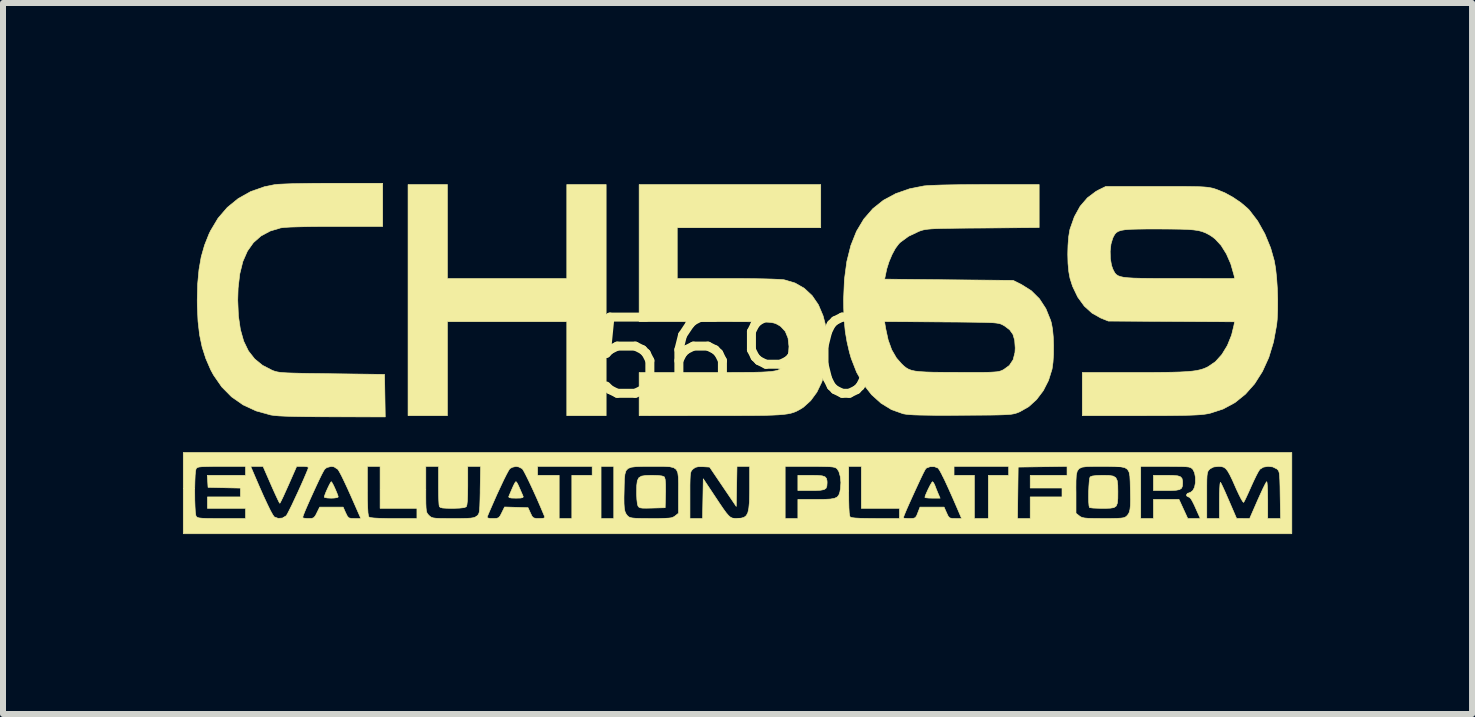
<source format=kicad_pcb>
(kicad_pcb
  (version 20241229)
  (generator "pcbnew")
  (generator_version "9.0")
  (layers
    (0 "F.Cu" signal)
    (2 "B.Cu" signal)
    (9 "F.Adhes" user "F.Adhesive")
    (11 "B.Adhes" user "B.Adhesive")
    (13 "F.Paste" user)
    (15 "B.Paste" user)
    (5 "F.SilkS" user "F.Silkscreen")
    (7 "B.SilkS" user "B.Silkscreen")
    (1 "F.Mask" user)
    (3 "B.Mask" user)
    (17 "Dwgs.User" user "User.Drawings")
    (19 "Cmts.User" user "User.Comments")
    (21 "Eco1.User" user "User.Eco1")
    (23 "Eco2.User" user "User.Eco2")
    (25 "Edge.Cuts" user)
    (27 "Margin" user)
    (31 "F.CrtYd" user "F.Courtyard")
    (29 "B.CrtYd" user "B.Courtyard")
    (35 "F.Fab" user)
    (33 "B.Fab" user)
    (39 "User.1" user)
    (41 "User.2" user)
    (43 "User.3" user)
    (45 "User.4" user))
  (footprint "5690"
    (layer "F.Cu")
    (at 9.234 2.926)
    (property "Reference" "5690" (at 0 0 0) (layer "F.SilkS") (effects (font (size 1.27 1.27) (thickness 0.15))))
    (attr through_hole)
    (fp_poly (pts (xy -4.826 -1.333) (xy -2.836 -1.333) (xy -2.836 -2.9) (xy -2.18 -2.9) (xy -2.18 0.953) (xy -2.836 0.953) (xy -2.836 -0.614) (xy -4.826 -0.614) (xy -4.826 0.953) (xy -5.482 0.953) (xy -5.482 -2.9) (xy -4.826 -2.9) (xy -4.826 -1.333)) (stroke (width 0.01) (type solid)) (fill yes) (layer "F.SilkS"))
    (fp_poly (pts (xy 1.345 1.949) (xy 1.421 1.956) (xy 1.468 1.972) (xy 1.492 1.999) (xy 1.502 2.041) (xy 1.503 2.074) (xy 1.499 2.127) (xy 1.485 2.163) (xy 1.452 2.185) (xy 1.394 2.196) (xy 1.305 2.201) (xy 1.234 2.201) (xy 1.016 2.201) (xy 1.016 1.947) (xy 1.234 1.947) (xy 1.345 1.949)) (stroke (width 0.01) (type solid)) (fill yes) (layer "F.SilkS"))
    (fp_poly (pts (xy 7.272 1.949) (xy 7.348 1.956) (xy 7.394 1.972) (xy 7.419 1.999) (xy 7.428 2.041) (xy 7.429 2.074) (xy 7.426 2.127) (xy 7.411 2.163) (xy 7.378 2.185) (xy 7.321 2.196) (xy 7.231 2.201) (xy 7.161 2.201) (xy 6.943 2.201) (xy 6.943 1.947) (xy 7.161 1.947) (xy 7.272 1.949)) (stroke (width 0.01) (type solid)) (fill yes) (layer "F.SilkS"))
    (fp_poly (pts (xy 3.278 2.071) (xy 3.298 2.111) (xy 3.321 2.171) (xy 3.349 2.239) (xy 3.353 2.249) (xy 3.387 2.328) (xy 3.26 2.328) (xy 3.193 2.326) (xy 3.147 2.321) (xy 3.133 2.315) (xy 3.141 2.285) (xy 3.163 2.233) (xy 3.191 2.172) (xy 3.221 2.113) (xy 3.246 2.07) (xy 3.26 2.053) (xy 3.278 2.071)) (stroke (width 0.01) (type solid)) (fill yes) (layer "F.SilkS"))
    (fp_poly (pts (xy -6.748 2.071) (xy -6.724 2.115) (xy -6.697 2.174) (xy -6.671 2.234) (xy -6.652 2.284) (xy -6.646 2.308) (xy -6.665 2.319) (xy -6.715 2.326) (xy -6.763 2.328) (xy -6.827 2.325) (xy -6.869 2.317) (xy -6.879 2.31) (xy -6.871 2.28) (xy -6.851 2.228) (xy -6.824 2.167) (xy -6.796 2.109) (xy -6.773 2.067) (xy -6.762 2.053) (xy -6.748 2.071)) (stroke (width 0.01) (type solid)) (fill yes) (layer "F.SilkS"))
    (fp_poly (pts (xy -3.671 2.064) (xy -3.651 2.099) (xy -3.622 2.163) (xy -3.58 2.26) (xy -3.562 2.302) (xy -3.568 2.317) (xy -3.605 2.326) (xy -3.678 2.328) (xy -3.683 2.328) (xy -3.758 2.326) (xy -3.797 2.318) (xy -3.804 2.303) (xy -3.804 2.302) (xy -3.757 2.192) (xy -3.724 2.117) (xy -3.701 2.073) (xy -3.686 2.054) (xy -3.683 2.053) (xy -3.671 2.064)) (stroke (width 0.01) (type solid)) (fill yes) (layer "F.SilkS"))
    (fp_poly (pts (xy -1.316 1.95) (xy -1.249 1.958) (xy -1.213 1.972) (xy -1.208 1.977) (xy -1.196 2.016) (xy -1.19 2.096) (xy -1.189 2.217) (xy -1.19 2.247) (xy -1.196 2.487) (xy -1.412 2.493) (xy -1.51 2.495) (xy -1.575 2.494) (xy -1.614 2.488) (xy -1.636 2.476) (xy -1.65 2.457) (xy -1.66 2.418) (xy -1.668 2.349) (xy -1.672 2.262) (xy -1.672 2.229) (xy -1.67 2.115) (xy -1.66 2.037) (xy -1.635 1.988) (xy -1.591 1.961) (xy -1.52 1.95) (xy -1.42 1.947) (xy -1.316 1.95)) (stroke (width 0.01) (type solid)) (fill yes) (layer "F.SilkS"))
    (fp_poly (pts (xy 6.201 1.949) (xy 6.271 1.96) (xy 6.315 1.986) (xy 6.339 2.035) (xy 6.348 2.112) (xy 6.35 2.22) (xy 6.349 2.333) (xy 6.342 2.41) (xy 6.323 2.458) (xy 6.285 2.485) (xy 6.223 2.495) (xy 6.131 2.498) (xy 6.099 2.498) (xy 6.009 2.496) (xy 5.936 2.493) (xy 5.889 2.487) (xy 5.877 2.484) (xy 5.869 2.454) (xy 5.864 2.394) (xy 5.862 2.312) (xy 5.863 2.221) (xy 5.867 2.13) (xy 5.873 2.052) (xy 5.88 1.995) (xy 5.889 1.973) (xy 5.925 1.959) (xy 5.997 1.95) (xy 6.097 1.947) (xy 6.201 1.949)) (stroke (width 0.01) (type solid)) (fill yes) (layer "F.SilkS"))
    (fp_poly (pts (xy -5.905 -2.201) (xy -6.698 -2.201) (xy -6.931 -2.201) (xy -7.135 -2.199) (xy -7.305 -2.195) (xy -7.442 -2.191) (xy -7.541 -2.185) (xy -7.6 -2.178) (xy -7.603 -2.178) (xy -7.782 -2.124) (xy -7.934 -2.042) (xy -8.06 -1.931) (xy -8.16 -1.79) (xy -8.236 -1.617) (xy -8.287 -1.411) (xy -8.315 -1.172) (xy -8.321 -0.974) (xy -8.31 -0.711) (xy -8.277 -0.484) (xy -8.222 -0.289) (xy -8.143 -0.126) (xy -8.039 0.007) (xy -7.909 0.113) (xy -7.754 0.193) (xy -7.723 0.206) (xy -7.692 0.216) (xy -7.658 0.224) (xy -7.615 0.231) (xy -7.56 0.236) (xy -7.489 0.24) (xy -7.396 0.243) (xy -7.279 0.246) (xy -7.131 0.249) (xy -6.95 0.251) (xy -6.752 0.254) (xy -5.874 0.265) (xy -5.868 0.619) (xy -5.862 0.974) (xy -6.746 0.972) (xy -6.996 0.971) (xy -7.207 0.969) (xy -7.381 0.966) (xy -7.521 0.962) (xy -7.63 0.957) (xy -7.71 0.95) (xy -7.766 0.942) (xy -7.768 0.942) (xy -8.014 0.874) (xy -8.232 0.773) (xy -8.424 0.639) (xy -8.588 0.473) (xy -8.725 0.275) (xy -8.773 0.186) (xy -8.853 0.001) (xy -8.914 -0.189) (xy -8.957 -0.394) (xy -8.983 -0.62) (xy -8.995 -0.876) (xy -8.996 -0.974) (xy -8.989 -1.244) (xy -8.967 -1.481) (xy -8.93 -1.694) (xy -8.874 -1.89) (xy -8.8 -2.076) (xy -8.775 -2.128) (xy -8.649 -2.339) (xy -8.494 -2.519) (xy -8.312 -2.667) (xy -8.105 -2.783) (xy -7.874 -2.864) (xy -7.711 -2.897) (xy -7.648 -2.904) (xy -7.545 -2.909) (xy -7.409 -2.914) (xy -7.242 -2.917) (xy -7.048 -2.92) (xy -6.832 -2.921) (xy -6.732 -2.921) (xy -5.905 -2.921) (xy -5.905 -2.201)) (stroke (width 0.01) (type solid)) (fill yes) (layer "F.SilkS"))
    (fp_poly (pts (xy 1.397 -2.18) (xy -0.995 -2.18) (xy -0.995 -1.333) (xy -0.163 -1.333) (xy 0.062 -1.333) (xy 0.264 -1.331) (xy 0.44 -1.328) (xy 0.586 -1.324) (xy 0.698 -1.319) (xy 0.773 -1.314) (xy 0.795 -1.31) (xy 0.97 -1.258) (xy 1.123 -1.17) (xy 1.253 -1.049) (xy 1.358 -0.896) (xy 1.436 -0.712) (xy 1.471 -0.579) (xy 1.489 -0.46) (xy 1.499 -0.315) (xy 1.501 -0.158) (xy 1.495 -0.004) (xy 1.482 0.132) (xy 1.471 0.199) (xy 1.415 0.391) (xy 1.333 0.561) (xy 1.229 0.703) (xy 1.107 0.813) (xy 1.066 0.839) (xy 1.025 0.862) (xy 0.987 0.882) (xy 0.946 0.898) (xy 0.9 0.912) (xy 0.845 0.923) (xy 0.777 0.932) (xy 0.693 0.939) (xy 0.589 0.944) (xy 0.462 0.948) (xy 0.308 0.95) (xy 0.124 0.951) (xy -0.095 0.952) (xy -0.351 0.952) (xy -0.439 0.952) (xy -1.63 0.953) (xy -1.63 0.233) (xy -0.518 0.233) (xy -0.263 0.233) (xy -0.047 0.232) (xy 0.134 0.231) (xy 0.284 0.23) (xy 0.405 0.227) (xy 0.501 0.222) (xy 0.576 0.216) (xy 0.633 0.207) (xy 0.676 0.197) (xy 0.708 0.183) (xy 0.733 0.167) (xy 0.754 0.147) (xy 0.775 0.124) (xy 0.83 0.036) (xy 0.86 -0.082) (xy 0.868 -0.2) (xy 0.852 -0.34) (xy 0.806 -0.452) (xy 0.728 -0.536) (xy 0.678 -0.566) (xy 0.657 -0.577) (xy 0.635 -0.586) (xy 0.61 -0.593) (xy 0.577 -0.599) (xy 0.533 -0.604) (xy 0.475 -0.607) (xy 0.398 -0.61) (xy 0.298 -0.612) (xy 0.173 -0.613) (xy 0.019 -0.613) (xy -0.169 -0.614) (xy -0.393 -0.614) (xy -0.523 -0.614) (xy -1.63 -0.614) (xy -1.63 -2.9) (xy 1.397 -2.9) (xy 1.397 -2.18)) (stroke (width 0.01) (type solid)) (fill yes) (layer "F.SilkS"))
    (fp_poly (pts (xy 7.207 -2.868) (xy 7.381 -2.868) (xy 7.522 -2.867) (xy 7.634 -2.865) (xy 7.722 -2.863) (xy 7.791 -2.859) (xy 7.845 -2.854) (xy 7.889 -2.847) (xy 7.928 -2.839) (xy 7.965 -2.828) (xy 8 -2.816) (xy 8.133 -2.762) (xy 8.272 -2.685) (xy 8.403 -2.596) (xy 8.512 -2.503) (xy 8.54 -2.475) (xy 8.68 -2.292) (xy 8.8 -2.078) (xy 8.897 -1.842) (xy 8.956 -1.634) (xy 8.979 -1.505) (xy 8.996 -1.347) (xy 9.008 -1.17) (xy 9.014 -0.987) (xy 9.013 -0.809) (xy 9.006 -0.649) (xy 8.997 -0.562) (xy 8.945 -0.277) (xy 8.866 -0.017) (xy 8.76 0.216) (xy 8.63 0.421) (xy 8.477 0.594) (xy 8.302 0.735) (xy 8.106 0.841) (xy 7.892 0.911) (xy 7.846 0.921) (xy 7.795 0.929) (xy 7.733 0.936) (xy 7.654 0.941) (xy 7.556 0.945) (xy 7.434 0.948) (xy 7.283 0.95) (xy 7.101 0.952) (xy 6.883 0.952) (xy 6.719 0.953) (xy 5.757 0.953) (xy 5.757 0.233) (xy 6.632 0.233) (xy 6.873 0.233) (xy 7.075 0.231) (xy 7.244 0.229) (xy 7.383 0.225) (xy 7.496 0.219) (xy 7.588 0.211) (xy 7.662 0.201) (xy 7.724 0.187) (xy 7.777 0.171) (xy 7.825 0.151) (xy 7.853 0.137) (xy 7.976 0.053) (xy 8.084 -0.067) (xy 8.175 -0.216) (xy 8.245 -0.389) (xy 8.283 -0.544) (xy 8.296 -0.612) (xy 7.244 -0.618) (xy 6.191 -0.624) (xy 6.064 -0.675) (xy 5.919 -0.757) (xy 5.79 -0.874) (xy 5.681 -1.024) (xy 5.595 -1.203) (xy 5.552 -1.338) (xy 5.532 -1.447) (xy 5.519 -1.584) (xy 5.515 -1.735) (xy 5.516 -1.789) (xy 6.222 -1.789) (xy 6.225 -1.666) (xy 6.244 -1.554) (xy 6.266 -1.491) (xy 6.284 -1.455) (xy 6.301 -1.425) (xy 6.322 -1.401) (xy 6.351 -1.381) (xy 6.391 -1.366) (xy 6.445 -1.354) (xy 6.519 -1.346) (xy 6.615 -1.34) (xy 6.737 -1.337) (xy 6.889 -1.335) (xy 7.075 -1.334) (xy 7.298 -1.334) (xy 7.372 -1.334) (xy 8.298 -1.333) (xy 8.285 -1.392) (xy 8.232 -1.578) (xy 8.159 -1.744) (xy 8.071 -1.885) (xy 7.971 -1.993) (xy 7.922 -2.031) (xy 7.866 -2.066) (xy 7.812 -2.094) (xy 7.755 -2.116) (xy 7.69 -2.133) (xy 7.61 -2.144) (xy 7.51 -2.152) (xy 7.385 -2.156) (xy 7.228 -2.158) (xy 7.036 -2.159) (xy 7.022 -2.159) (xy 6.833 -2.159) (xy 6.682 -2.157) (xy 6.564 -2.154) (xy 6.473 -2.147) (xy 6.406 -2.136) (xy 6.358 -2.12) (xy 6.323 -2.098) (xy 6.298 -2.069) (xy 6.277 -2.032) (xy 6.264 -2.004) (xy 6.235 -1.907) (xy 6.222 -1.789) (xy 5.516 -1.789) (xy 5.519 -1.888) (xy 5.53 -2.029) (xy 5.549 -2.144) (xy 5.553 -2.159) (xy 5.625 -2.363) (xy 5.721 -2.537) (xy 5.842 -2.678) (xy 5.984 -2.785) (xy 6.03 -2.81) (xy 6.149 -2.868) (xy 6.996 -2.868) (xy 7.207 -2.868)) (stroke (width 0.01) (type solid)) (fill yes) (layer "F.SilkS"))
    (fp_poly (pts (xy 5.038 -2.9) (xy 5.038 -2.183) (xy 4.101 -2.175) (xy 3.877 -2.174) (xy 3.691 -2.172) (xy 3.539 -2.17) (xy 3.417 -2.168) (xy 3.32 -2.165) (xy 3.245 -2.161) (xy 3.187 -2.156) (xy 3.142 -2.15) (xy 3.106 -2.143) (xy 3.074 -2.134) (xy 3.043 -2.123) (xy 3.037 -2.121) (xy 2.862 -2.038) (xy 2.724 -1.937) (xy 2.698 -1.911) (xy 2.641 -1.835) (xy 2.585 -1.731) (xy 2.535 -1.612) (xy 2.497 -1.492) (xy 2.49 -1.458) (xy 2.462 -1.323) (xy 3.533 -1.312) (xy 4.605 -1.302) (xy 4.743 -1.233) (xy 4.907 -1.13) (xy 5.043 -0.995) (xy 5.151 -0.829) (xy 5.23 -0.634) (xy 5.243 -0.587) (xy 5.261 -0.488) (xy 5.273 -0.361) (xy 5.278 -0.218) (xy 5.277 -0.073) (xy 5.269 0.061) (xy 5.254 0.17) (xy 5.252 0.18) (xy 5.194 0.366) (xy 5.107 0.536) (xy 4.995 0.684) (xy 4.864 0.803) (xy 4.717 0.887) (xy 4.705 0.892) (xy 4.673 0.905) (xy 4.643 0.915) (xy 4.609 0.923) (xy 4.567 0.93) (xy 4.513 0.934) (xy 4.442 0.938) (xy 4.35 0.941) (xy 4.232 0.943) (xy 4.085 0.944) (xy 3.902 0.945) (xy 3.736 0.946) (xy 3.511 0.947) (xy 3.324 0.947) (xy 3.171 0.945) (xy 3.048 0.943) (xy 2.951 0.94) (xy 2.876 0.935) (xy 2.818 0.929) (xy 2.775 0.922) (xy 2.765 0.919) (xy 2.576 0.852) (xy 2.403 0.746) (xy 2.246 0.605) (xy 2.11 0.432) (xy 1.995 0.229) (xy 1.905 -0.002) (xy 1.875 -0.106) (xy 1.835 -0.279) (xy 1.806 -0.45) (xy 1.79 -0.616) (xy 2.461 -0.616) (xy 2.478 -0.507) (xy 2.521 -0.309) (xy 2.58 -0.145) (xy 2.659 -0.009) (xy 2.745 0.089) (xy 2.784 0.126) (xy 2.821 0.155) (xy 2.862 0.179) (xy 2.911 0.197) (xy 2.972 0.21) (xy 3.051 0.219) (xy 3.153 0.225) (xy 3.281 0.229) (xy 3.442 0.23) (xy 3.639 0.231) (xy 3.673 0.231) (xy 3.861 0.232) (xy 4.011 0.232) (xy 4.129 0.231) (xy 4.219 0.229) (xy 4.287 0.225) (xy 4.337 0.221) (xy 4.374 0.214) (xy 4.403 0.205) (xy 4.43 0.193) (xy 4.446 0.185) (xy 4.541 0.116) (xy 4.604 0.021) (xy 4.635 -0.101) (xy 4.639 -0.175) (xy 4.63 -0.304) (xy 4.601 -0.402) (xy 4.546 -0.479) (xy 4.461 -0.543) (xy 4.434 -0.558) (xy 4.413 -0.569) (xy 4.39 -0.578) (xy 4.362 -0.585) (xy 4.324 -0.591) (xy 4.273 -0.596) (xy 4.205 -0.599) (xy 4.115 -0.602) (xy 4 -0.604) (xy 3.855 -0.606) (xy 3.677 -0.608) (xy 3.462 -0.609) (xy 3.406 -0.61) (xy 2.461 -0.616) (xy 1.79 -0.616) (xy 1.788 -0.633) (xy 1.78 -0.838) (xy 1.778 -0.984) (xy 1.792 -1.316) (xy 1.832 -1.617) (xy 1.899 -1.884) (xy 1.993 -2.12) (xy 2.115 -2.324) (xy 2.265 -2.497) (xy 2.442 -2.638) (xy 2.648 -2.749) (xy 2.881 -2.83) (xy 3.119 -2.877) (xy 3.182 -2.882) (xy 3.282 -2.887) (xy 3.415 -2.892) (xy 3.576 -2.895) (xy 3.761 -2.898) (xy 3.966 -2.899) (xy 4.161 -2.9) (xy 5.038 -2.9)) (stroke (width 0.01) (type solid)) (fill yes) (layer "F.SilkS"))
    (fp_poly (pts (xy 9.25 2.921) (xy -9.229 2.921) (xy -9.229 2.233) (xy -9.038 2.233) (xy -9.037 2.361) (xy -9.033 2.472) (xy -9.028 2.558) (xy -9.02 2.613) (xy -9.016 2.626) (xy -9.006 2.64) (xy -8.989 2.651) (xy -8.959 2.658) (xy -8.911 2.663) (xy -8.839 2.666) (xy -8.735 2.667) (xy -8.596 2.667) (xy -8.191 2.667) (xy -8.191 2.498) (xy -8.826 2.498) (xy -8.826 2.307) (xy -8.276 2.307) (xy -8.276 2.16) (xy -8.816 2.148) (xy -8.822 2.048) (xy -8.829 1.947) (xy -8.191 1.947) (xy -8.191 1.799) (xy -8.105 1.799) (xy -8.044 1.942) (xy -7.962 2.132) (xy -7.89 2.295) (xy -7.827 2.43) (xy -7.776 2.535) (xy -7.737 2.605) (xy -7.713 2.639) (xy -7.711 2.641) (xy -7.646 2.665) (xy -7.574 2.659) (xy -7.562 2.651) (xy -7.239 2.651) (xy -7.22 2.661) (xy -7.172 2.666) (xy -7.143 2.667) (xy -7.085 2.665) (xy -7.051 2.651) (xy -7.024 2.616) (xy -7.002 2.572) (xy -6.955 2.477) (xy -6.564 2.477) (xy -6.522 2.572) (xy -6.494 2.628) (xy -6.469 2.656) (xy -6.429 2.666) (xy -6.374 2.667) (xy -6.269 2.667) (xy -6.439 2.281) (xy -6.494 2.159) (xy -6.546 2.048) (xy -6.591 1.955) (xy -6.628 1.886) (xy -6.651 1.849) (xy -6.653 1.847) (xy -6.716 1.806) (xy -6.763 1.799) (xy -6.16 1.799) (xy -6.16 2.208) (xy -6.159 2.368) (xy -6.155 2.488) (xy -6.15 2.572) (xy -6.142 2.623) (xy -6.134 2.642) (xy -6.108 2.652) (xy -6.049 2.659) (xy -5.956 2.664) (xy -5.825 2.667) (xy -5.721 2.667) (xy -5.334 2.667) (xy -5.334 2.498) (xy -5.948 2.498) (xy -5.948 1.799) (xy -5.186 1.799) (xy -5.186 2.181) (xy -5.186 2.317) (xy -5.185 2.417) (xy -5.182 2.488) (xy -5.177 2.536) (xy -5.169 2.568) (xy -5.156 2.59) (xy -5.139 2.61) (xy -5.134 2.615) (xy -5.113 2.634) (xy -5.091 2.648) (xy -5.061 2.657) (xy -5.015 2.663) (xy -4.946 2.666) (xy -4.849 2.667) (xy -4.734 2.667) (xy -4.603 2.667) (xy -4.507 2.665) (xy -4.44 2.661) (xy -4.394 2.654) (xy -4.363 2.644) (xy -4.358 2.641) (xy -4.163 2.641) (xy -4.157 2.657) (xy -4.117 2.666) (xy -4.07 2.667) (xy -4.008 2.665) (xy -3.971 2.653) (xy -3.945 2.62) (xy -3.92 2.571) (xy -3.873 2.475) (xy -3.678 2.481) (xy -3.482 2.487) (xy -3.441 2.577) (xy -3.415 2.631) (xy -3.388 2.657) (xy -3.347 2.666) (xy -3.296 2.667) (xy -3.231 2.664) (xy -3.203 2.653) (xy -3.203 2.641) (xy -3.271 2.48) (xy -3.338 2.326) (xy -3.402 2.185) (xy -3.46 2.061) (xy -3.51 1.959) (xy -3.549 1.884) (xy -3.575 1.842) (xy -3.581 1.836) (xy -3.635 1.808) (xy -3.683 1.799) (xy -3.323 1.799) (xy -3.323 1.947) (xy -2.963 1.947) (xy -2.963 2.667) (xy -2.752 2.667) (xy -2.752 1.947) (xy -2.413 1.947) (xy -2.413 1.799) (xy -2.265 1.799) (xy -2.265 2.667) (xy -2.053 2.667) (xy -2.053 2.319) (xy -1.883 2.319) (xy -1.882 2.421) (xy -1.877 2.495) (xy -1.867 2.547) (xy -1.851 2.585) (xy -1.829 2.616) (xy -1.82 2.625) (xy -1.801 2.641) (xy -1.776 2.652) (xy -1.738 2.659) (xy -1.681 2.664) (xy -1.597 2.666) (xy -1.48 2.667) (xy -1.432 2.667) (xy -1.302 2.667) (xy -1.207 2.665) (xy -1.14 2.661) (xy -1.094 2.655) (xy -1.063 2.644) (xy -1.038 2.63) (xy -1.029 2.623) (xy -0.974 2.579) (xy -0.974 2.279) (xy -0.783 2.279) (xy -0.783 2.667) (xy -0.573 2.667) (xy -0.567 2.336) (xy -0.561 2.005) (xy -0.373 2.288) (xy -0.29 2.413) (xy -0.226 2.507) (xy -0.177 2.574) (xy -0.138 2.619) (xy -0.105 2.647) (xy -0.073 2.661) (xy -0.039 2.666) (xy -0.002 2.666) (xy 0.066 2.662) (xy 0.118 2.648) (xy 0.156 2.619) (xy 0.182 2.57) (xy 0.198 2.497) (xy 0.208 2.393) (xy 0.211 2.255) (xy 0.212 2.16) (xy 0.212 1.799) (xy 0.804 1.799) (xy 0.804 2.667) (xy 1.016 2.667) (xy 1.016 2.349) (xy 1.323 2.349) (xy 1.458 2.348) (xy 1.557 2.343) (xy 1.626 2.331) (xy 1.672 2.309) (xy 1.699 2.275) (xy 1.716 2.226) (xy 1.726 2.171) (xy 1.733 2.067) (xy 1.723 1.968) (xy 1.7 1.886) (xy 1.671 1.84) (xy 1.654 1.826) (xy 1.63 1.815) (xy 1.595 1.808) (xy 1.542 1.803) (xy 1.464 1.801) (xy 1.356 1.799) (xy 1.217 1.799) (xy 1.863 1.799) (xy 1.863 2.208) (xy 1.864 2.368) (xy 1.867 2.488) (xy 1.872 2.572) (xy 1.88 2.623) (xy 1.888 2.642) (xy 1.914 2.652) (xy 1.972 2.659) (xy 2.064 2.664) (xy 2.193 2.666) (xy 2.311 2.667) (xy 2.709 2.667) (xy 2.709 2.657) (xy 2.773 2.657) (xy 2.792 2.663) (xy 2.84 2.666) (xy 2.876 2.667) (xy 2.938 2.665) (xy 2.973 2.653) (xy 2.996 2.62) (xy 3.015 2.572) (xy 3.052 2.477) (xy 3.453 2.477) (xy 3.495 2.572) (xy 3.522 2.629) (xy 3.548 2.657) (xy 3.588 2.666) (xy 3.641 2.667) (xy 3.745 2.667) (xy 3.684 2.524) (xy 3.602 2.335) (xy 3.529 2.171) (xy 3.467 2.036) (xy 3.415 1.931) (xy 3.377 1.861) (xy 3.352 1.827) (xy 3.351 1.826) (xy 3.292 1.803) (xy 3.222 1.803) (xy 3.163 1.824) (xy 3.147 1.838) (xy 3.131 1.865) (xy 3.101 1.923) (xy 3.062 2.004) (xy 3.016 2.103) (xy 2.966 2.211) (xy 2.916 2.321) (xy 2.868 2.427) (xy 2.827 2.52) (xy 2.796 2.595) (xy 2.777 2.643) (xy 2.773 2.657) (xy 2.709 2.657) (xy 2.709 2.498) (xy 2.074 2.498) (xy 2.074 1.799) (xy 3.619 1.799) (xy 3.619 1.947) (xy 3.958 1.947) (xy 3.958 2.667) (xy 4.191 2.667) (xy 4.677 2.667) (xy 4.889 2.667) (xy 4.889 2.307) (xy 5.419 2.307) (xy 5.419 2.163) (xy 5.651 2.163) (xy 5.652 2.232) (xy 5.652 2.579) (xy 5.707 2.623) (xy 5.731 2.64) (xy 5.759 2.651) (xy 5.799 2.659) (xy 5.857 2.664) (xy 5.941 2.666) (xy 6.057 2.667) (xy 6.109 2.667) (xy 6.239 2.667) (xy 6.334 2.665) (xy 6.399 2.661) (xy 6.443 2.655) (xy 6.471 2.645) (xy 6.492 2.631) (xy 6.498 2.625) (xy 6.523 2.596) (xy 6.541 2.561) (xy 6.552 2.514) (xy 6.559 2.448) (xy 6.561 2.355) (xy 6.559 2.23) (xy 6.558 2.181) (xy 6.555 2.055) (xy 6.55 1.961) (xy 6.537 1.893) (xy 6.51 1.847) (xy 6.465 1.819) (xy 6.396 1.805) (xy 6.297 1.8) (xy 6.186 1.799) (xy 6.731 1.799) (xy 6.731 2.667) (xy 6.943 2.667) (xy 6.943 2.349) (xy 7.369 2.349) (xy 7.515 2.667) (xy 7.724 2.667) (xy 7.67 2.547) (xy 7.624 2.444) (xy 7.589 2.374) (xy 7.562 2.332) (xy 7.541 2.312) (xy 7.524 2.307) (xy 7.497 2.29) (xy 7.494 2.279) (xy 7.832 2.279) (xy 7.832 2.667) (xy 8.043 2.667) (xy 8.043 2.356) (xy 8.044 2.248) (xy 8.048 2.16) (xy 8.052 2.097) (xy 8.058 2.066) (xy 8.061 2.065) (xy 8.076 2.091) (xy 8.103 2.148) (xy 8.14 2.229) (xy 8.183 2.328) (xy 8.204 2.376) (xy 8.329 2.666) (xy 8.438 2.667) (xy 8.547 2.667) (xy 8.681 2.36) (xy 8.728 2.256) (xy 8.769 2.167) (xy 8.803 2.099) (xy 8.825 2.06) (xy 8.832 2.053) (xy 8.837 2.073) (xy 8.842 2.128) (xy 8.846 2.21) (xy 8.847 2.312) (xy 8.848 2.36) (xy 8.848 2.667) (xy 9.062 2.667) (xy 9.055 2.274) (xy 9.053 2.135) (xy 9.05 2.033) (xy 9.046 1.961) (xy 9.041 1.912) (xy 9.032 1.88) (xy 9.02 1.86) (xy 9.004 1.844) (xy 8.999 1.84) (xy 8.932 1.807) (xy 8.852 1.798) (xy 8.776 1.811) (xy 8.719 1.846) (xy 8.718 1.847) (xy 8.693 1.884) (xy 8.657 1.952) (xy 8.615 2.039) (xy 8.57 2.137) (xy 8.57 2.138) (xy 8.528 2.232) (xy 8.491 2.312) (xy 8.463 2.37) (xy 8.447 2.398) (xy 8.447 2.399) (xy 8.433 2.387) (xy 8.406 2.343) (xy 8.37 2.272) (xy 8.328 2.183) (xy 8.317 2.158) (xy 8.261 2.031) (xy 8.216 1.938) (xy 8.179 1.874) (xy 8.146 1.833) (xy 8.111 1.811) (xy 8.072 1.801) (xy 8.027 1.799) (xy 7.947 1.808) (xy 7.89 1.837) (xy 7.881 1.845) (xy 7.863 1.863) (xy 7.851 1.883) (xy 7.842 1.912) (xy 7.836 1.957) (xy 7.833 2.023) (xy 7.832 2.118) (xy 7.832 2.246) (xy 7.832 2.279) (xy 7.494 2.279) (xy 7.493 2.275) (xy 7.51 2.247) (xy 7.525 2.244) (xy 7.562 2.23) (xy 7.599 2.201) (xy 7.628 2.147) (xy 7.643 2.07) (xy 7.643 1.983) (xy 7.628 1.903) (xy 7.599 1.847) (xy 7.598 1.845) (xy 7.581 1.83) (xy 7.561 1.818) (xy 7.532 1.809) (xy 7.486 1.804) (xy 7.419 1.801) (xy 7.324 1.8) (xy 7.195 1.799) (xy 7.143 1.799) (xy 6.731 1.799) (xy 6.186 1.799) (xy 6.165 1.799) (xy 6.094 1.799) (xy 5.946 1.799) (xy 5.836 1.801) (xy 5.757 1.811) (xy 5.704 1.835) (xy 5.673 1.877) (xy 5.657 1.942) (xy 5.652 2.036) (xy 5.651 2.163) (xy 5.419 2.163) (xy 5.419 2.159) (xy 4.889 2.159) (xy 4.889 1.947) (xy 5.503 1.947) (xy 5.503 1.798) (xy 5.096 1.804) (xy 4.688 1.81) (xy 4.677 2.667) (xy 4.191 2.667) (xy 4.191 1.947) (xy 4.53 1.947) (xy 4.53 1.799) (xy 3.619 1.799) (xy 2.074 1.799) (xy 1.863 1.799) (xy 1.217 1.799) (xy 0.804 1.799) (xy 0.212 1.799) (xy 0.001 1.799) (xy -0.011 2.466) (xy -0.233 2.138) (xy -0.455 1.81) (xy -0.569 1.803) (xy -0.643 1.803) (xy -0.691 1.814) (xy -0.73 1.841) (xy -0.733 1.844) (xy -0.751 1.862) (xy -0.764 1.882) (xy -0.773 1.911) (xy -0.778 1.954) (xy -0.781 2.019) (xy -0.783 2.111) (xy -0.783 2.238) (xy -0.783 2.279) (xy -0.974 2.279) (xy -0.974 2.232) (xy -0.973 2.087) (xy -0.976 1.979) (xy -0.986 1.902) (xy -1.01 1.851) (xy -1.053 1.82) (xy -1.119 1.804) (xy -1.215 1.799) (xy -1.346 1.799) (xy -1.416 1.799) (xy -1.566 1.799) (xy -1.679 1.802) (xy -1.76 1.812) (xy -1.815 1.833) (xy -1.849 1.87) (xy -1.867 1.928) (xy -1.876 2.01) (xy -1.879 2.121) (xy -1.88 2.181) (xy -1.883 2.319) (xy -2.053 2.319) (xy -2.053 1.799) (xy -2.265 1.799) (xy -2.413 1.799) (xy -3.323 1.799) (xy -3.683 1.799) (xy -3.744 1.813) (xy -3.785 1.836) (xy -3.805 1.866) (xy -3.84 1.93) (xy -3.886 2.021) (xy -3.94 2.136) (xy -4.001 2.267) (xy -4.064 2.41) (xy -4.129 2.559) (xy -4.163 2.641) (xy -4.358 2.641) (xy -4.34 2.629) (xy -4.336 2.627) (xy -4.319 2.611) (xy -4.306 2.592) (xy -4.296 2.564) (xy -4.29 2.521) (xy -4.286 2.456) (xy -4.283 2.363) (xy -4.28 2.236) (xy -4.28 2.193) (xy -4.273 1.799) (xy -4.487 1.799) (xy -4.487 2.123) (xy -4.489 2.268) (xy -4.493 2.373) (xy -4.501 2.44) (xy -4.512 2.472) (xy -4.513 2.472) (xy -4.549 2.486) (xy -4.624 2.494) (xy -4.733 2.498) (xy -4.743 2.498) (xy -4.842 2.496) (xy -4.905 2.492) (xy -4.942 2.483) (xy -4.959 2.469) (xy -4.961 2.464) (xy -4.966 2.432) (xy -4.97 2.366) (xy -4.973 2.274) (xy -4.974 2.165) (xy -4.974 2.115) (xy -4.974 1.799) (xy -5.186 1.799) (xy -5.948 1.799) (xy -6.16 1.799) (xy -6.763 1.799) (xy -6.837 1.818) (xy -6.873 1.847) (xy -6.891 1.877) (xy -6.923 1.937) (xy -6.964 2.021) (xy -7.011 2.121) (xy -7.061 2.23) (xy -7.111 2.34) (xy -7.157 2.444) (xy -7.196 2.534) (xy -7.224 2.604) (xy -7.238 2.645) (xy -7.239 2.651) (xy -7.562 2.651) (xy -7.514 2.622) (xy -7.511 2.619) (xy -7.493 2.589) (xy -7.461 2.527) (xy -7.418 2.441) (xy -7.37 2.338) (xy -7.318 2.227) (xy -7.267 2.114) (xy -7.219 2.006) (xy -7.179 1.912) (xy -7.149 1.839) (xy -7.148 1.836) (xy -7.146 1.814) (xy -7.165 1.803) (xy -7.214 1.799) (xy -7.237 1.799) (xy -7.339 1.799) (xy -7.474 2.106) (xy -7.521 2.21) (xy -7.561 2.299) (xy -7.594 2.367) (xy -7.614 2.406) (xy -7.62 2.413) (xy -7.632 2.395) (xy -7.657 2.344) (xy -7.693 2.267) (xy -7.736 2.172) (xy -7.765 2.106) (xy -7.899 1.799) (xy -8.105 1.799) (xy -8.191 1.799) (xy -8.593 1.799) (xy -8.733 1.799) (xy -8.837 1.801) (xy -8.91 1.803) (xy -8.959 1.808) (xy -8.989 1.815) (xy -9.006 1.826) (xy -9.016 1.84) (xy -9.016 1.84) (xy -9.024 1.876) (xy -9.031 1.947) (xy -9.035 2.045) (xy -9.038 2.165) (xy -9.038 2.233) (xy -9.229 2.233) (xy -9.229 1.566) (xy 9.25 1.566) (xy 9.25 2.921)) (stroke (width 0.01) (type solid)) (fill yes) (layer "F.SilkS")))
  (gr_rect
    (start -3 -3)
    (end 21.488 8.852)
    (stroke (width 0.1) (type default))
    (fill no)
    (layer "Edge.Cuts")))
</source>
